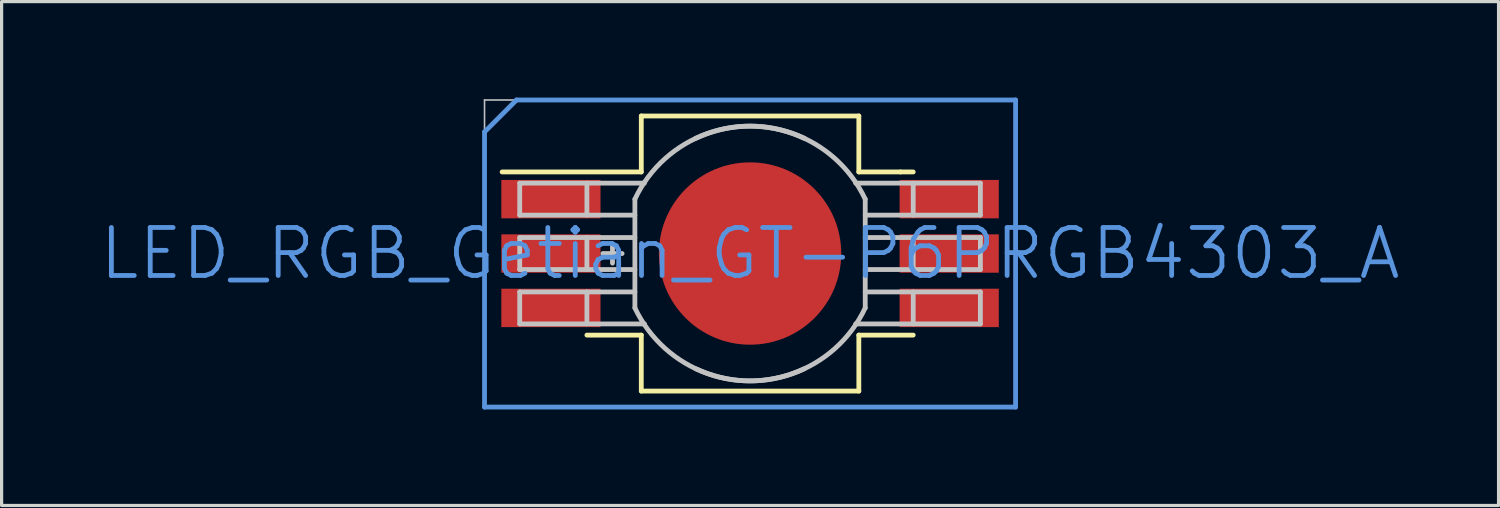
<source format=kicad_pcb>
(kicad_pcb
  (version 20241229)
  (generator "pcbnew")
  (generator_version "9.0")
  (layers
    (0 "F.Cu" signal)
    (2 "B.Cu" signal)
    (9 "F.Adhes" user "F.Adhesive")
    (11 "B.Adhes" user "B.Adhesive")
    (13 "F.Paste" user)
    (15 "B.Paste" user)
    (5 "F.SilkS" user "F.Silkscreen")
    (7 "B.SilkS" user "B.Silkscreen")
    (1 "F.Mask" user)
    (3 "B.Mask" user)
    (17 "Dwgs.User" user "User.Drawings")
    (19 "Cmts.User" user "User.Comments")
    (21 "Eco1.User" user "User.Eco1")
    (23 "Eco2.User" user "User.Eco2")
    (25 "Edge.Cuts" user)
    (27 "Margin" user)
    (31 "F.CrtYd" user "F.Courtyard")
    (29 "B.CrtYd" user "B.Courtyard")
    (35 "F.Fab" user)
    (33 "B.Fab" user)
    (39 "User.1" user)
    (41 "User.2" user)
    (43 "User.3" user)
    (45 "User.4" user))
  (footprint "LED_RGB_Getian_GT-P6PRGB4303_A"
    (layer "F.Cu")
    (at 20.396 4.875)
    (property "Reference" "LED_RGB_Getian_GT-P6PRGB4303_A" (at 0 0 0) (layer "Cmts.User") (effects (font (size 1.5 1.5) (thickness 0.15))))
    (attr through_hole)
    (fp_line (start -7.75 -2.55) (end -3.4 -2.55) (stroke (width 0.15) (type solid)) (layer "F.SilkS"))
    (fp_line (start -5.1 2.55) (end -3.4 2.55) (stroke (width 0.15) (type solid)) (layer "F.SilkS"))
    (fp_line (start -3.4 -4.3) (end -3.4 -2.55) (stroke (width 0.15) (type solid)) (layer "F.SilkS"))
    (fp_line (start -3.4 2.55) (end -3.4 4.3) (stroke (width 0.15) (type solid)) (layer "F.SilkS"))
    (fp_line (start 3.4 -4.3) (end -3.4 -4.3) (stroke (width 0.15) (type solid)) (layer "F.SilkS"))
    (fp_line (start 3.4 -4.3) (end 3.4 -2.55) (stroke (width 0.15) (type solid)) (layer "F.SilkS"))
    (fp_line (start 3.4 -2.55) (end 4.7 -2.55) (stroke (width 0.15) (type solid)) (layer "F.SilkS"))
    (fp_line (start 3.4 2.55) (end 3.4 4.3) (stroke (width 0.15) (type solid)) (layer "F.SilkS"))
    (fp_line (start 3.4 4.3) (end -3.4 4.3) (stroke (width 0.15) (type solid)) (layer "F.SilkS"))
    (fp_line (start 4.7 -2.55) (end 5.1 -2.55) (stroke (width 0.15) (type solid)) (layer "F.SilkS"))
    (fp_line (start 5.1 2.55) (end 3.4 2.55) (stroke (width 0.15) (type solid)) (layer "F.SilkS"))
    (fp_line (start -8.3 -4.8) (end -8.3 4.8) (stroke (width 0.05) (type solid)) (layer "Dwgs.User"))
    (fp_line (start -8.3 4.8) (end 8.3 4.8) (stroke (width 0.05) (type solid)) (layer "Dwgs.User"))
    (fp_line (start -7.2 -2.2) (end -3.3 -2.2) (stroke (width 0.15) (type solid)) (layer "Dwgs.User"))
    (fp_line (start -7.2 -1.2) (end -7.2 -2.2) (stroke (width 0.15) (type solid)) (layer "Dwgs.User"))
    (fp_line (start -7.2 -0.5) (end -7.2 0.5) (stroke (width 0.15) (type solid)) (layer "Dwgs.User"))
    (fp_line (start -7.2 0.5) (end -3.6 0.5) (stroke (width 0.15) (type solid)) (layer "Dwgs.User"))
    (fp_line (start -7.2 1.2) (end -7.2 2.2) (stroke (width 0.15) (type solid)) (layer "Dwgs.User"))
    (fp_line (start -7.2 1.2) (end -3.6 1.2) (stroke (width 0.15) (type solid)) (layer "Dwgs.User"))
    (fp_line (start -7.2 2.2) (end -3.3 2.2) (stroke (width 0.15) (type solid)) (layer "Dwgs.User"))
    (fp_line (start -5.1 -1.2) (end -5.1 -2.2) (stroke (width 0.15) (type solid)) (layer "Dwgs.User"))
    (fp_line (start -5.1 0.5) (end -5.1 -0.5) (stroke (width 0.15) (type solid)) (layer "Dwgs.User"))
    (fp_line (start -5.1 2.2) (end -5.1 1.2) (stroke (width 0.15) (type solid)) (layer "Dwgs.User"))
    (fp_line (start -4.6 0) (end -4 0) (stroke (width 0.15) (type solid)) (layer "Dwgs.User"))
    (fp_line (start -4.3 0.3) (end -4.3 -0.3) (stroke (width 0.15) (type solid)) (layer "Dwgs.User"))
    (fp_line (start -3.6 -1.2) (end -7.2 -1.2) (stroke (width 0.15) (type solid)) (layer "Dwgs.User"))
    (fp_line (start -3.6 -0.5) (end -7.2 -0.5) (stroke (width 0.15) (type solid)) (layer "Dwgs.User"))
    (fp_line (start -3.6 1.7) (end -3.6 -1.7) (stroke (width 0.15) (type solid)) (layer "Dwgs.User"))
    (fp_line (start 3.6 -1.2) (end 7.2 -1.2) (stroke (width 0.15) (type solid)) (layer "Dwgs.User"))
    (fp_line (start 3.6 -0.5) (end 7.2 -0.5) (stroke (width 0.15) (type solid)) (layer "Dwgs.User"))
    (fp_line (start 3.6 1.7) (end 3.6 -1.7) (stroke (width 0.15) (type solid)) (layer "Dwgs.User"))
    (fp_line (start 5.1 -1.2) (end 5.1 -2.2) (stroke (width 0.15) (type solid)) (layer "Dwgs.User"))
    (fp_line (start 5.1 0.5) (end 5.1 -0.5) (stroke (width 0.15) (type solid)) (layer "Dwgs.User"))
    (fp_line (start 5.1 2.2) (end 5.1 1.2) (stroke (width 0.15) (type solid)) (layer "Dwgs.User"))
    (fp_line (start 7.2 -2.2) (end 3.3 -2.2) (stroke (width 0.15) (type solid)) (layer "Dwgs.User"))
    (fp_line (start 7.2 -1.2) (end 7.2 -2.2) (stroke (width 0.15) (type solid)) (layer "Dwgs.User"))
    (fp_line (start 7.2 -0.5) (end 7.2 0.5) (stroke (width 0.15) (type solid)) (layer "Dwgs.User"))
    (fp_line (start 7.2 0.5) (end 3.6 0.5) (stroke (width 0.15) (type solid)) (layer "Dwgs.User"))
    (fp_line (start 7.2 1.2) (end 3.6 1.2) (stroke (width 0.15) (type solid)) (layer "Dwgs.User"))
    (fp_line (start 7.2 1.2) (end 7.2 2.2) (stroke (width 0.15) (type solid)) (layer "Dwgs.User"))
    (fp_line (start 7.2 2.2) (end 3.3 2.2) (stroke (width 0.15) (type solid)) (layer "Dwgs.User"))
    (fp_line (start 8.3 -4.8) (end -8.3 -4.8) (stroke (width 0.05) (type solid)) (layer "Dwgs.User"))
    (fp_line (start 8.3 4.8) (end 8.3 -4.8) (stroke (width 0.05) (type solid)) (layer "Dwgs.User"))
    (fp_arc (start -3.6 -1.7) (mid -1.343503 -3.747666) (end 1.7 -3.6) (stroke (width 0.15) (type solid)) (layer "Dwgs.User"))
    (fp_arc (start -1.7 -3.6) (mid 1.343503 -3.747666) (end 3.6 -1.7) (stroke (width 0.15) (type solid)) (layer "Dwgs.User"))
    (fp_arc (start 1.7 3.6) (mid -1.343503 3.747666) (end -3.6 1.7) (stroke (width 0.15) (type solid)) (layer "Dwgs.User"))
    (fp_arc (start 3.6 1.7) (mid 1.343503 3.747666) (end -1.7 3.6) (stroke (width 0.15) (type solid)) (layer "Dwgs.User"))
    (fp_line (start -8.3 -3.8) (end -8.3 4.8) (stroke (width 0.15) (type solid)) (layer "Cmts.User"))
    (fp_line (start -7.3 -4.8) (end -8.3 -3.8) (stroke (width 0.15) (type solid)) (layer "Cmts.User"))
    (fp_line (start -7.3 -4.8) (end 8.3 -4.8) (stroke (width 0.15) (type solid)) (layer "Cmts.User"))
    (fp_line (start 8.3 -4.8) (end 8.3 4.8) (stroke (width 0.15) (type solid)) (layer "Cmts.User"))
    (fp_line (start 8.3 4.8) (end -8.3 4.8) (stroke (width 0.15) (type solid)) (layer "Cmts.User"))
    (pad "BA" smd rect (at -6.225 1.7) (size 3.1 1.2) (layers "F.Cu" "F.Mask" "F.Paste"))
    (pad "BC" smd rect (at 6.225 1.7 180) (size 3.1 1.2) (layers "F.Cu" "F.Mask" "F.Paste"))
    (pad "EP" smd circle (at 0 0) (size 5.7 5.7) (layers "F.Cu" "F.Mask" "F.Paste"))
    (pad "GA" smd rect (at -6.225 0) (size 3.1 1.2) (layers "F.Cu" "F.Mask" "F.Paste"))
    (pad "GC" smd rect (at 6.225 0 180) (size 3.1 1.2) (layers "F.Cu" "F.Mask" "F.Paste"))
    (pad "RA" smd rect (at -6.225 -1.7) (size 3.1 1.2) (layers "F.Cu" "F.Mask" "F.Paste"))
    (pad "RC" smd rect (at 6.225 -1.7 180) (size 3.1 1.2) (layers "F.Cu" "F.Mask" "F.Paste")))
  (gr_rect
    (start -3 -3)
    (end 43.793 12.75)
    (stroke (width 0.1) (type default))
    (fill no)
    (layer "Edge.Cuts")))
</source>
